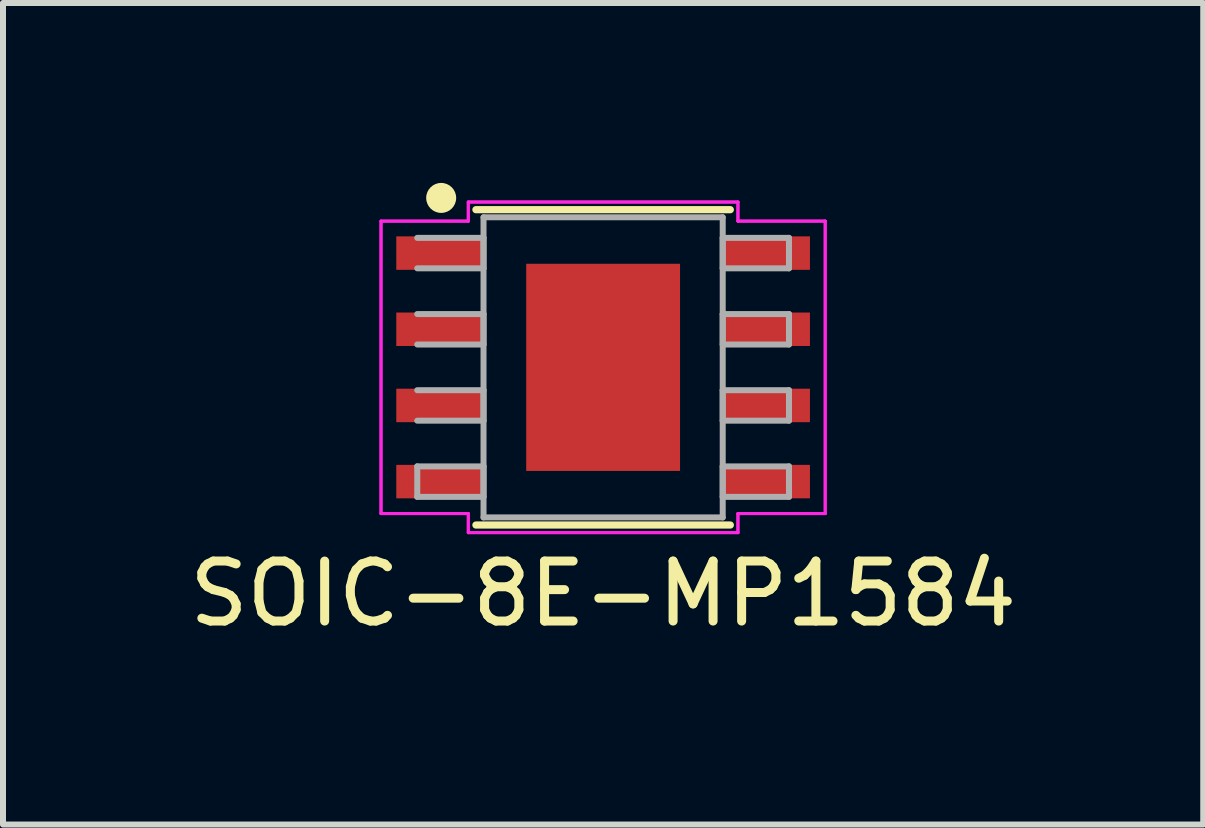
<source format=kicad_pcb>
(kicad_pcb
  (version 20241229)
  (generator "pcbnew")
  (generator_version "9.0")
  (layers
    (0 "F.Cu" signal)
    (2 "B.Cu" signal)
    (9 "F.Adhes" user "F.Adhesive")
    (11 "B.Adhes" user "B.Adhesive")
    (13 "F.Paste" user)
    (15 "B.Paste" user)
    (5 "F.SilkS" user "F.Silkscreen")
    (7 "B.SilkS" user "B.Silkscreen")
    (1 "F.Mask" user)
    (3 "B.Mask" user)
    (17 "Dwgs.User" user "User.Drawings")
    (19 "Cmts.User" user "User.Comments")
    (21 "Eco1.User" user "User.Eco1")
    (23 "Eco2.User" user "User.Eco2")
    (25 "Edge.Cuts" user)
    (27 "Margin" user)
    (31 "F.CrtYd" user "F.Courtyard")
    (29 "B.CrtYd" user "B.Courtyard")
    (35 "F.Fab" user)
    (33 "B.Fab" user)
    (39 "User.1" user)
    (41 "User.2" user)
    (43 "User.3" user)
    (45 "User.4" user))
  (footprint "SOIC-8E-MP1584"
    (layer "F.Cu")
    (at 7.006 3.075)
    (property "Reference" "SOIC-8E-MP1584" (at 0 3.775 0) (layer "F.SilkS") (effects (font (size 1 1) (thickness 0.15))))
    (attr smd)
    (fp_line (start -2.121 2.629) (end 2.121 2.629) (stroke (width 0.12) (type solid)) (layer "F.SilkS"))
    (fp_line (start 2.121 -2.629) (end -2.121 -2.629) (stroke (width 0.12) (type solid)) (layer "F.SilkS"))
    (fp_circle (center -2.7 -2.825) (end -2.5 -2.825) (stroke (width 0.1) (type solid)) (fill yes) (layer "F.SilkS"))
    (fp_poly (pts (xy -1.183 -1.627) (xy -1.183 -0.1) (xy -0.1 -0.1) (xy -0.1 -1.627)) (stroke (width 0.1) (type solid)) (fill yes) (layer "F.Paste"))
    (fp_poly (pts (xy -1.183 0.1) (xy -1.183 1.627) (xy -0.1 1.627) (xy -0.1 0.1)) (stroke (width 0.1) (type solid)) (fill yes) (layer "F.Paste"))
    (fp_poly (pts (xy 0.1 -1.627) (xy 0.1 -0.1) (xy 1.183 -0.1) (xy 1.183 -1.627)) (stroke (width 0.1) (type solid)) (fill yes) (layer "F.Paste"))
    (fp_poly (pts (xy 0.1 0.1) (xy 0.1 1.627) (xy 1.183 1.627) (xy 1.183 0.1)) (stroke (width 0.1) (type solid)) (fill yes) (layer "F.Paste"))
    (fp_line (start -3.703 -2.438) (end -2.248 -2.438) (stroke (width 0.05) (type solid)) (layer "F.CrtYd"))
    (fp_line (start -3.703 -2.438) (end -2.248 -2.438) (stroke (width 0.05) (type solid)) (layer "F.CrtYd"))
    (fp_line (start -3.703 2.438) (end -3.703 -2.438) (stroke (width 0.05) (type solid)) (layer "F.CrtYd"))
    (fp_line (start -3.703 2.438) (end -3.703 -2.438) (stroke (width 0.05) (type solid)) (layer "F.CrtYd"))
    (fp_line (start -3.703 2.438) (end -2.248 2.438) (stroke (width 0.05) (type solid)) (layer "F.CrtYd"))
    (fp_line (start -2.248 -2.756) (end 2.248 -2.756) (stroke (width 0.05) (type solid)) (layer "F.CrtYd"))
    (fp_line (start -2.248 -2.756) (end 2.248 -2.756) (stroke (width 0.05) (type solid)) (layer "F.CrtYd"))
    (fp_line (start -2.248 -2.438) (end -2.248 -2.756) (stroke (width 0.05) (type solid)) (layer "F.CrtYd"))
    (fp_line (start -2.248 -2.438) (end -2.248 -2.756) (stroke (width 0.05) (type solid)) (layer "F.CrtYd"))
    (fp_line (start -2.248 2.438) (end -3.703 2.438) (stroke (width 0.05) (type solid)) (layer "F.CrtYd"))
    (fp_line (start -2.248 2.756) (end -2.248 2.438) (stroke (width 0.05) (type solid)) (layer "F.CrtYd"))
    (fp_line (start -2.248 2.756) (end -2.248 2.438) (stroke (width 0.05) (type solid)) (layer "F.CrtYd"))
    (fp_line (start 2.248 -2.756) (end 2.248 -2.438) (stroke (width 0.05) (type solid)) (layer "F.CrtYd"))
    (fp_line (start 2.248 -2.756) (end 2.248 -2.438) (stroke (width 0.05) (type solid)) (layer "F.CrtYd"))
    (fp_line (start 2.248 -2.438) (end 3.703 -2.438) (stroke (width 0.05) (type solid)) (layer "F.CrtYd"))
    (fp_line (start 2.248 2.438) (end 2.248 2.756) (stroke (width 0.05) (type solid)) (layer "F.CrtYd"))
    (fp_line (start 2.248 2.438) (end 2.248 2.756) (stroke (width 0.05) (type solid)) (layer "F.CrtYd"))
    (fp_line (start 2.248 2.756) (end -2.248 2.756) (stroke (width 0.05) (type solid)) (layer "F.CrtYd"))
    (fp_line (start 2.248 2.756) (end -2.248 2.756) (stroke (width 0.05) (type solid)) (layer "F.CrtYd"))
    (fp_line (start 3.703 -2.438) (end 2.248 -2.438) (stroke (width 0.05) (type solid)) (layer "F.CrtYd"))
    (fp_line (start 3.703 -2.438) (end 3.703 2.438) (stroke (width 0.05) (type solid)) (layer "F.CrtYd"))
    (fp_line (start 3.703 -2.438) (end 3.703 2.438) (stroke (width 0.05) (type solid)) (layer "F.CrtYd"))
    (fp_line (start 3.703 2.438) (end 2.248 2.438) (stroke (width 0.05) (type solid)) (layer "F.CrtYd"))
    (fp_line (start 3.703 2.438) (end 2.248 2.438) (stroke (width 0.05) (type solid)) (layer "F.CrtYd"))
    (fp_line (start -3.099 -1.651) (end -1.994 -1.651) (stroke (width 0.1) (type solid)) (layer "F.Fab"))
    (fp_line (start -3.099 -0.381) (end -1.994 -0.381) (stroke (width 0.1) (type solid)) (layer "F.Fab"))
    (fp_line (start -3.099 0.889) (end -1.994 0.889) (stroke (width 0.1) (type solid)) (layer "F.Fab"))
    (fp_line (start -3.099 1.651) (end -3.099 2.159) (stroke (width 0.1) (type solid)) (layer "F.Fab"))
    (fp_line (start -3.099 2.159) (end -1.994 2.159) (stroke (width 0.1) (type solid)) (layer "F.Fab"))
    (fp_line (start -1.994 -2.502) (end -1.994 2.502) (stroke (width 0.1) (type solid)) (layer "F.Fab"))
    (fp_line (start -1.994 -2.159) (end -3.099 -2.159) (stroke (width 0.1) (type solid)) (layer "F.Fab"))
    (fp_line (start -1.994 -1.651) (end -1.994 -2.159) (stroke (width 0.1) (type solid)) (layer "F.Fab"))
    (fp_line (start -1.994 -0.889) (end -3.099 -0.889) (stroke (width 0.1) (type solid)) (layer "F.Fab"))
    (fp_line (start -1.994 -0.381) (end -1.994 -0.889) (stroke (width 0.1) (type solid)) (layer "F.Fab"))
    (fp_line (start -1.994 0.381) (end -3.099 0.381) (stroke (width 0.1) (type solid)) (layer "F.Fab"))
    (fp_line (start -1.994 0.889) (end -1.994 0.381) (stroke (width 0.1) (type solid)) (layer "F.Fab"))
    (fp_line (start -1.994 1.651) (end -3.099 1.651) (stroke (width 0.1) (type solid)) (layer "F.Fab"))
    (fp_line (start -1.994 2.159) (end -1.994 1.651) (stroke (width 0.1) (type solid)) (layer "F.Fab"))
    (fp_line (start -1.994 2.502) (end 1.994 2.502) (stroke (width 0.1) (type solid)) (layer "F.Fab"))
    (fp_line (start 1.994 -2.502) (end -1.994 -2.502) (stroke (width 0.1) (type solid)) (layer "F.Fab"))
    (fp_line (start 1.994 -2.159) (end 1.994 -1.651) (stroke (width 0.1) (type solid)) (layer "F.Fab"))
    (fp_line (start 1.994 -1.651) (end 3.099 -1.651) (stroke (width 0.1) (type solid)) (layer "F.Fab"))
    (fp_line (start 1.994 -0.889) (end 1.994 -0.381) (stroke (width 0.1) (type solid)) (layer "F.Fab"))
    (fp_line (start 1.994 -0.381) (end 3.099 -0.381) (stroke (width 0.1) (type solid)) (layer "F.Fab"))
    (fp_line (start 1.994 0.381) (end 1.994 0.889) (stroke (width 0.1) (type solid)) (layer "F.Fab"))
    (fp_line (start 1.994 0.889) (end 3.099 0.889) (stroke (width 0.1) (type solid)) (layer "F.Fab"))
    (fp_line (start 1.994 1.651) (end 1.994 2.159) (stroke (width 0.1) (type solid)) (layer "F.Fab"))
    (fp_line (start 1.994 2.159) (end 3.099 2.159) (stroke (width 0.1) (type solid)) (layer "F.Fab"))
    (fp_line (start 1.994 2.502) (end 1.994 -2.502) (stroke (width 0.1) (type solid)) (layer "F.Fab"))
    (fp_line (start 3.099 -2.159) (end 1.994 -2.159) (stroke (width 0.1) (type solid)) (layer "F.Fab"))
    (fp_line (start 3.099 -1.651) (end 3.099 -2.159) (stroke (width 0.1) (type solid)) (layer "F.Fab"))
    (fp_line (start 3.099 -0.889) (end 1.994 -0.889) (stroke (width 0.1) (type solid)) (layer "F.Fab"))
    (fp_line (start 3.099 -0.381) (end 3.099 -0.889) (stroke (width 0.1) (type solid)) (layer "F.Fab"))
    (fp_line (start 3.099 0.381) (end 1.994 0.381) (stroke (width 0.1) (type solid)) (layer "F.Fab"))
    (fp_line (start 3.099 0.889) (end 3.099 0.381) (stroke (width 0.1) (type solid)) (layer "F.Fab"))
    (fp_line (start 3.099 1.651) (end 1.994 1.651) (stroke (width 0.1) (type solid)) (layer "F.Fab"))
    (fp_line (start 3.099 2.159) (end 3.099 1.651) (stroke (width 0.1) (type solid)) (layer "F.Fab"))
    (pad "1" smd rect (at -2.721 -1.905) (size 1.455 0.558) (layers "F.Cu" "F.Mask" "F.Paste"))
    (pad "2" smd rect (at -2.721 -0.635) (size 1.455 0.558) (layers "F.Cu" "F.Mask" "F.Paste"))
    (pad "3" smd rect (at -2.721 0.635) (size 1.455 0.558) (layers "F.Cu" "F.Mask" "F.Paste"))
    (pad "4" smd rect (at -2.721 1.905) (size 1.455 0.558) (layers "F.Cu" "F.Mask" "F.Paste"))
    (pad "5" smd rect (at 2.721 1.905) (size 1.455 0.558) (layers "F.Cu" "F.Mask" "F.Paste"))
    (pad "6" smd rect (at 2.721 0.635) (size 1.455 0.558) (layers "F.Cu" "F.Mask" "F.Paste"))
    (pad "7" smd rect (at 2.721 -0.635) (size 1.455 0.558) (layers "F.Cu" "F.Mask" "F.Paste"))
    (pad "8" smd rect (at 2.721 -1.905) (size 1.455 0.558) (layers "F.Cu" "F.Mask" "F.Paste"))
    (pad "EPAD" smd rect (at 0 0) (size 2.565 3.454) (layers "F.Cu" "F.Mask" "F.Paste")))
  (gr_rect
    (start -3 -3)
    (end 17.012 10.698)
    (stroke (width 0.1) (type default))
    (fill no)
    (layer "Edge.Cuts")))
</source>
